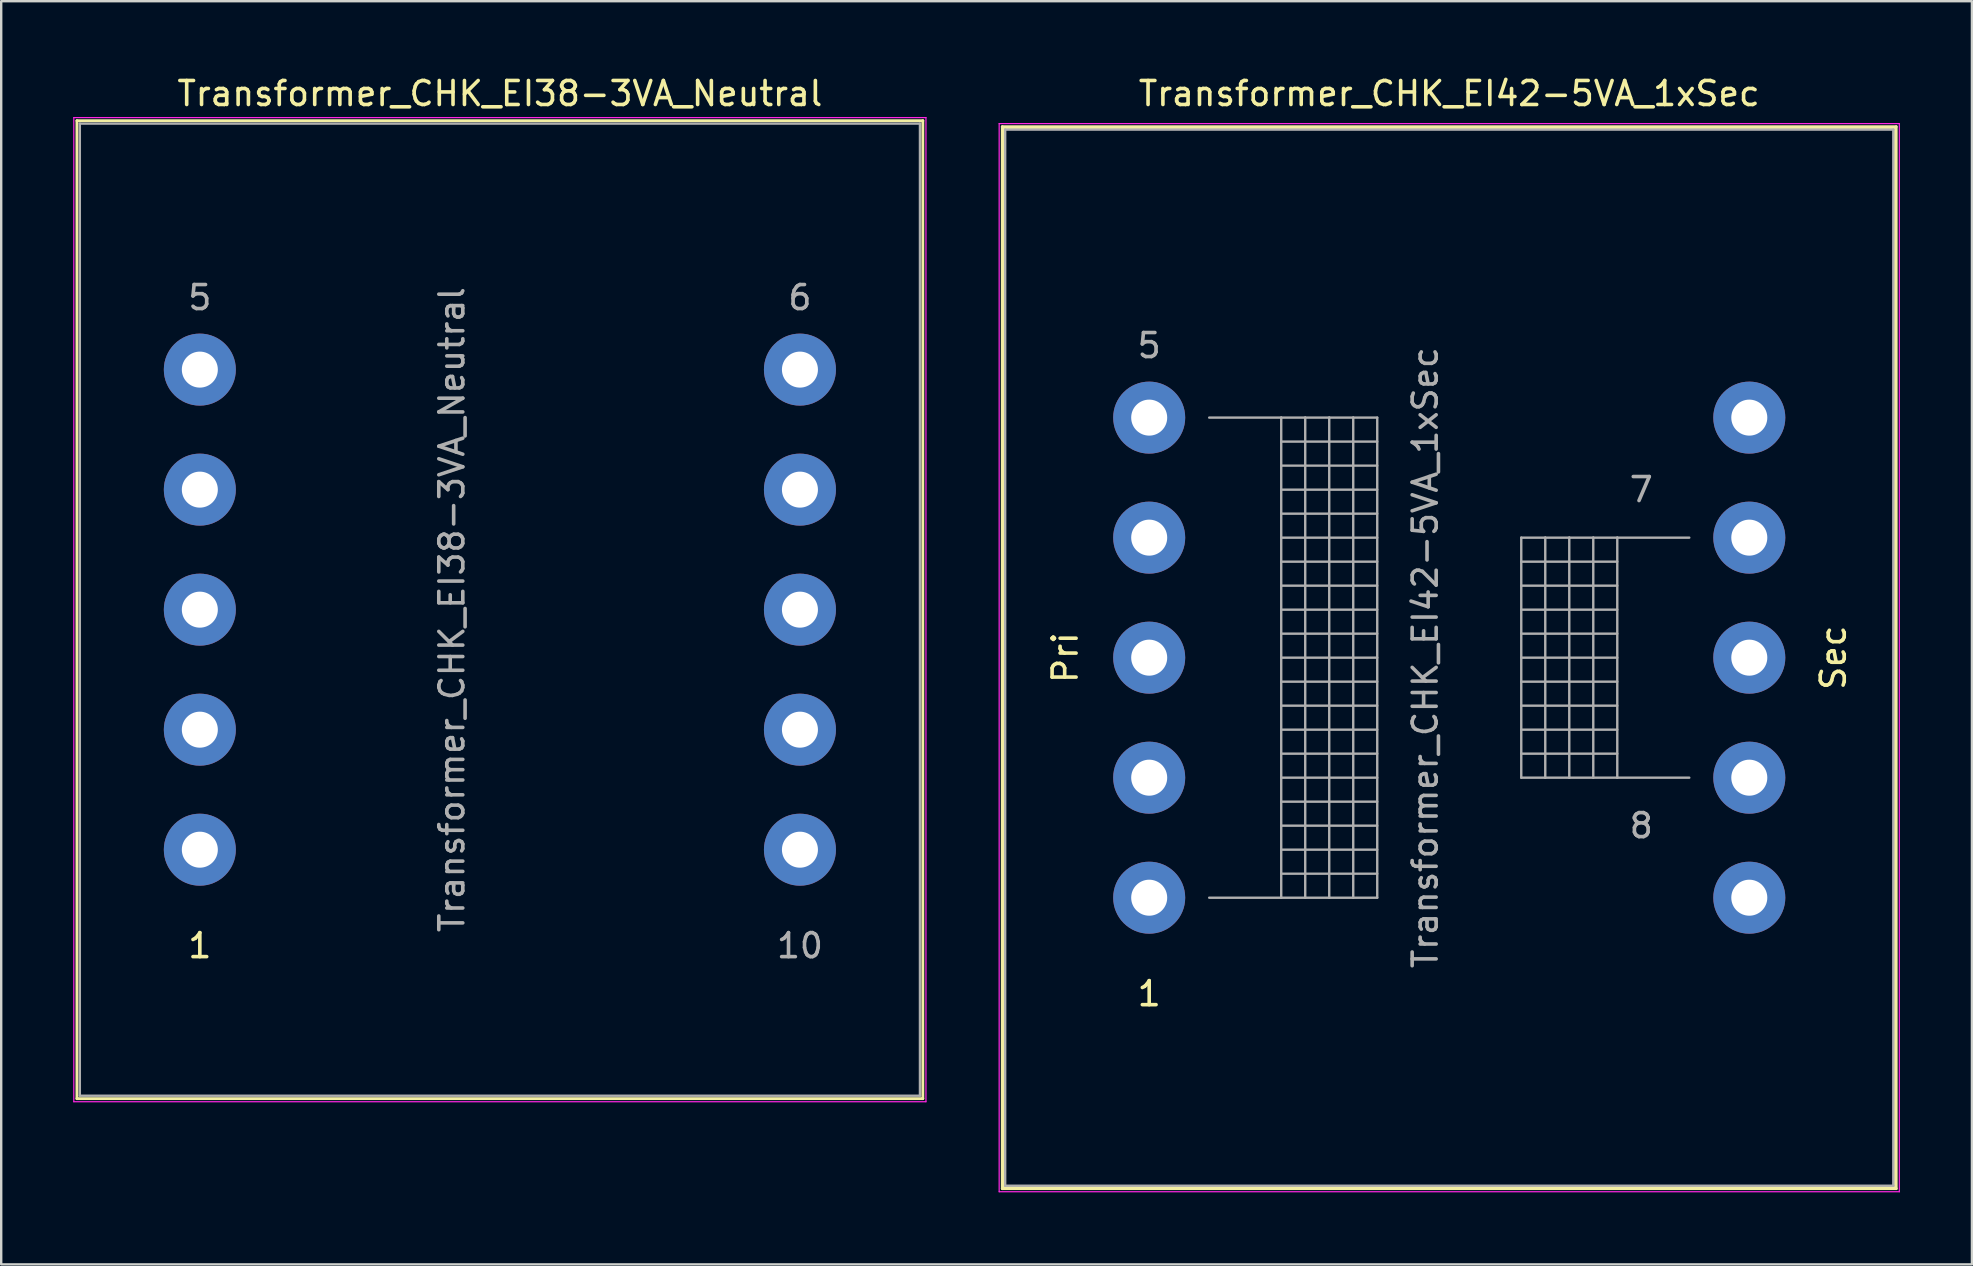
<source format=kicad_pcb>
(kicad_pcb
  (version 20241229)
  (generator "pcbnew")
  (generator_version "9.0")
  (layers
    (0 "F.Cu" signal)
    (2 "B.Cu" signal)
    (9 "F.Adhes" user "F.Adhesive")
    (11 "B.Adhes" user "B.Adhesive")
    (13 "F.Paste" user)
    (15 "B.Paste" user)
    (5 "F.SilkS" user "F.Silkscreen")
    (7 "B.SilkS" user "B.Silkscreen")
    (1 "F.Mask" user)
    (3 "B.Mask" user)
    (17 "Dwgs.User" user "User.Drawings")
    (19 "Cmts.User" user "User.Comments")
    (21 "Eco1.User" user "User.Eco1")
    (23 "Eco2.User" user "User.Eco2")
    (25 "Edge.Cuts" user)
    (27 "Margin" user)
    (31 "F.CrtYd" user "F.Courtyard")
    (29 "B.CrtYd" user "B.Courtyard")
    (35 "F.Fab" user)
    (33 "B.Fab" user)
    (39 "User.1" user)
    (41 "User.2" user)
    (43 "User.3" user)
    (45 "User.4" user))
  (footprint "Transformer_CHK_EI42-5VA_1xSec"
    (layer "F.Cu")
    (at 44.825 34.348)
    (property "Reference" "Transformer_CHK_EI42-5VA_1xSec" (at 12.5 -33.5 0) (layer "F.SilkS") (effects (font (size 1 1) (thickness 0.15))))
    (attr through_hole)
    (fp_line (start -6.12 -32.12) (end -6.12 12.12) (stroke (width 0.12) (type solid)) (layer "F.SilkS"))
    (fp_line (start -6.12 -32.12) (end 31.12 -32.12) (stroke (width 0.12) (type solid)) (layer "F.SilkS"))
    (fp_line (start -6.05 -32.05) (end 31.05 -32.05) (stroke (width 0.12) (type solid)) (layer "F.SilkS"))
    (fp_line (start -6.05 12.05) (end -6.05 -32.05) (stroke (width 0.12) (type solid)) (layer "F.SilkS"))
    (fp_line (start 31.05 -32.05) (end 31.05 12.05) (stroke (width 0.12) (type solid)) (layer "F.SilkS"))
    (fp_line (start 31.05 12.05) (end -6.05 12.05) (stroke (width 0.12) (type solid)) (layer "F.SilkS"))
    (fp_line (start 31.12 12.12) (end -6.12 12.12) (stroke (width 0.12) (type solid)) (layer "F.SilkS"))
    (fp_line (start 31.12 12.12) (end 31.12 -32.12) (stroke (width 0.12) (type solid)) (layer "F.SilkS"))
    (fp_line (start -6.25 -32.25) (end -6.25 12.25) (stroke (width 0.05) (type solid)) (layer "F.CrtYd"))
    (fp_line (start -6.25 -32.25) (end 31.25 -32.25) (stroke (width 0.05) (type solid)) (layer "F.CrtYd"))
    (fp_line (start 31.25 12.25) (end -6.25 12.25) (stroke (width 0.05) (type solid)) (layer "F.CrtYd"))
    (fp_line (start 31.25 12.25) (end 31.25 -32.25) (stroke (width 0.05) (type solid)) (layer "F.CrtYd"))
    (fp_line (start -6 -32) (end -6 12) (stroke (width 0.1) (type solid)) (layer "F.Fab"))
    (fp_line (start -6 12) (end 31 12) (stroke (width 0.1) (type solid)) (layer "F.Fab"))
    (fp_line (start 2.5 -20) (end 5.5 -20) (stroke (width 0.1) (type solid)) (layer "F.Fab"))
    (fp_line (start 5.5 -20) (end 5.5 0) (stroke (width 0.1) (type solid)) (layer "F.Fab"))
    (fp_line (start 5.5 -20) (end 6.5 -20) (stroke (width 0.1) (type solid)) (layer "F.Fab"))
    (fp_line (start 5.5 -19) (end 9.5 -19) (stroke (width 0.1) (type solid)) (layer "F.Fab"))
    (fp_line (start 5.5 -18) (end 9.5 -18) (stroke (width 0.1) (type solid)) (layer "F.Fab"))
    (fp_line (start 5.5 -17) (end 9.5 -17) (stroke (width 0.1) (type solid)) (layer "F.Fab"))
    (fp_line (start 5.5 -16) (end 9.5 -16) (stroke (width 0.1) (type solid)) (layer "F.Fab"))
    (fp_line (start 5.5 -15) (end 9.5 -15) (stroke (width 0.1) (type solid)) (layer "F.Fab"))
    (fp_line (start 5.5 -14) (end 9.5 -14) (stroke (width 0.1) (type solid)) (layer "F.Fab"))
    (fp_line (start 5.5 -13) (end 9.5 -13) (stroke (width 0.1) (type solid)) (layer "F.Fab"))
    (fp_line (start 5.5 -12) (end 9.5 -12) (stroke (width 0.1) (type solid)) (layer "F.Fab"))
    (fp_line (start 5.5 -11) (end 9.5 -11) (stroke (width 0.1) (type solid)) (layer "F.Fab"))
    (fp_line (start 5.5 -10) (end 9.5 -10) (stroke (width 0.1) (type solid)) (layer "F.Fab"))
    (fp_line (start 5.5 -9) (end 9.5 -9) (stroke (width 0.1) (type solid)) (layer "F.Fab"))
    (fp_line (start 5.5 -8) (end 9.5 -8) (stroke (width 0.1) (type solid)) (layer "F.Fab"))
    (fp_line (start 5.5 -7) (end 9.5 -7) (stroke (width 0.1) (type solid)) (layer "F.Fab"))
    (fp_line (start 5.5 -6) (end 9.5 -6) (stroke (width 0.1) (type solid)) (layer "F.Fab"))
    (fp_line (start 5.5 -5) (end 9.5 -5) (stroke (width 0.1) (type solid)) (layer "F.Fab"))
    (fp_line (start 5.5 -4) (end 9.5 -4) (stroke (width 0.1) (type solid)) (layer "F.Fab"))
    (fp_line (start 5.5 -3) (end 9.5 -3) (stroke (width 0.1) (type solid)) (layer "F.Fab"))
    (fp_line (start 5.5 -2) (end 9.5 -2) (stroke (width 0.1) (type solid)) (layer "F.Fab"))
    (fp_line (start 5.5 -1) (end 9.5 -1) (stroke (width 0.1) (type solid)) (layer "F.Fab"))
    (fp_line (start 5.5 0) (end 2.5 0) (stroke (width 0.1) (type solid)) (layer "F.Fab"))
    (fp_line (start 6.5 -20) (end 6.5 0) (stroke (width 0.1) (type solid)) (layer "F.Fab"))
    (fp_line (start 6.5 -20) (end 7.5 -20) (stroke (width 0.1) (type solid)) (layer "F.Fab"))
    (fp_line (start 6.5 0) (end 5.5 0) (stroke (width 0.1) (type solid)) (layer "F.Fab"))
    (fp_line (start 7.5 -20) (end 7.5 0) (stroke (width 0.1) (type solid)) (layer "F.Fab"))
    (fp_line (start 7.5 -20) (end 8.5 -20) (stroke (width 0.1) (type solid)) (layer "F.Fab"))
    (fp_line (start 7.5 0) (end 6.5 0) (stroke (width 0.1) (type solid)) (layer "F.Fab"))
    (fp_line (start 8.5 -20) (end 8.5 0) (stroke (width 0.1) (type solid)) (layer "F.Fab"))
    (fp_line (start 8.5 -20) (end 9.5 -20) (stroke (width 0.1) (type solid)) (layer "F.Fab"))
    (fp_line (start 8.5 0) (end 7.5 0) (stroke (width 0.1) (type solid)) (layer "F.Fab"))
    (fp_line (start 9.5 -20) (end 9.5 0) (stroke (width 0.1) (type solid)) (layer "F.Fab"))
    (fp_line (start 9.5 0) (end 8.5 0) (stroke (width 0.1) (type solid)) (layer "F.Fab"))
    (fp_line (start 15.5 -15) (end 15.5 -5) (stroke (width 0.1) (type solid)) (layer "F.Fab"))
    (fp_line (start 15.5 -14) (end 19.5 -14) (stroke (width 0.1) (type solid)) (layer "F.Fab"))
    (fp_line (start 15.5 -12) (end 19.5 -12) (stroke (width 0.1) (type solid)) (layer "F.Fab"))
    (fp_line (start 15.5 -10) (end 19.5 -10) (stroke (width 0.1) (type solid)) (layer "F.Fab"))
    (fp_line (start 15.5 -8) (end 19.5 -8) (stroke (width 0.1) (type solid)) (layer "F.Fab"))
    (fp_line (start 15.5 -6) (end 19.5 -6) (stroke (width 0.1) (type solid)) (layer "F.Fab"))
    (fp_line (start 15.5 -5) (end 16.5 -5) (stroke (width 0.1) (type solid)) (layer "F.Fab"))
    (fp_line (start 16.5 -15) (end 15.5 -15) (stroke (width 0.1) (type solid)) (layer "F.Fab"))
    (fp_line (start 16.5 -15) (end 16.5 -5) (stroke (width 0.1) (type solid)) (layer "F.Fab"))
    (fp_line (start 16.5 -5) (end 17.5 -5) (stroke (width 0.1) (type solid)) (layer "F.Fab"))
    (fp_line (start 17.5 -15) (end 16.5 -15) (stroke (width 0.1) (type solid)) (layer "F.Fab"))
    (fp_line (start 17.5 -15) (end 17.5 -5) (stroke (width 0.1) (type solid)) (layer "F.Fab"))
    (fp_line (start 17.5 -5) (end 18.5 -5) (stroke (width 0.1) (type solid)) (layer "F.Fab"))
    (fp_line (start 18.5 -15) (end 17.5 -15) (stroke (width 0.1) (type solid)) (layer "F.Fab"))
    (fp_line (start 18.5 -15) (end 18.5 -5) (stroke (width 0.1) (type solid)) (layer "F.Fab"))
    (fp_line (start 18.5 -5) (end 19.5 -5) (stroke (width 0.1) (type solid)) (layer "F.Fab"))
    (fp_line (start 19.5 -15) (end 18.5 -15) (stroke (width 0.1) (type solid)) (layer "F.Fab"))
    (fp_line (start 19.5 -15) (end 19.5 -5) (stroke (width 0.1) (type solid)) (layer "F.Fab"))
    (fp_line (start 19.5 -13) (end 15.5 -13) (stroke (width 0.1) (type solid)) (layer "F.Fab"))
    (fp_line (start 19.5 -11) (end 15.5 -11) (stroke (width 0.1) (type solid)) (layer "F.Fab"))
    (fp_line (start 19.5 -9) (end 15.5 -9) (stroke (width 0.1) (type solid)) (layer "F.Fab"))
    (fp_line (start 19.5 -7) (end 15.5 -7) (stroke (width 0.1) (type solid)) (layer "F.Fab"))
    (fp_line (start 19.5 -5) (end 22.5 -5) (stroke (width 0.1) (type solid)) (layer "F.Fab"))
    (fp_line (start 22.5 -15) (end 19.5 -15) (stroke (width 0.1) (type solid)) (layer "F.Fab"))
    (fp_line (start 31 -32) (end -6 -32) (stroke (width 0.1) (type solid)) (layer "F.Fab"))
    (fp_line (start 31 12) (end 31 -32) (stroke (width 0.1) (type solid)) (layer "F.Fab"))
    (fp_text user "Pri" (at -3.5 -10 90) (layer "F.SilkS") (effects (font (size 1 1) (thickness 0.15))))
    (fp_text user "1" (at 0 4 0) (layer "F.SilkS") (effects (font (size 1 1) (thickness 0.15))))
    (fp_text user "Sec" (at 28.5 -10 90) (layer "F.SilkS") (effects (font (size 1 1) (thickness 0.15))))
    (fp_text user "${REFERENCE}" (at 11.5 -10 90) (layer "F.Fab") (effects (font (size 1 1) (thickness 0.15))))
    (fp_text user "5" (at 0 -23 0) (layer "F.Fab") (effects (font (size 1 1) (thickness 0.15))))
    (fp_text user "8" (at 20.5 -3 0) (layer "F.Fab") (effects (font (size 1 1) (thickness 0.15))))
    (fp_text user "7" (at 20.5 -17 0) (layer "F.Fab") (effects (font (size 1 1) (thickness 0.15))))
    (pad "1" thru_hole circle (at 0 0) (size 3 3) (drill 1.5) (layers "*.Cu" "*.Mask"))
    (pad "2" thru_hole circle (at 0 -5) (size 3 3) (drill 1.5) (layers "*.Cu" "*.Mask"))
    (pad "3" thru_hole circle (at 0 -10) (size 3 3) (drill 1.5) (layers "*.Cu" "*.Mask"))
    (pad "4" thru_hole circle (at 0 -15) (size 3 3) (drill 1.5) (layers "*.Cu" "*.Mask"))
    (pad "5" thru_hole circle (at 0 -20) (size 3 3) (drill 1.5) (layers "*.Cu" "*.Mask"))
    (pad "6" thru_hole circle (at 25 -20) (size 3 3) (drill 1.5) (layers "*.Cu" "*.Mask"))
    (pad "7" thru_hole circle (at 25 -15) (size 3 3) (drill 1.5) (layers "*.Cu" "*.Mask"))
    (pad "8" thru_hole circle (at 25 -10) (size 3 3) (drill 1.5) (layers "*.Cu" "*.Mask"))
    (pad "9" thru_hole circle (at 25 -5) (size 3 3) (drill 1.5) (layers "*.Cu" "*.Mask"))
    (pad "10" thru_hole circle (at 25 0) (size 3 3) (drill 1.5) (layers "*.Cu" "*.Mask")))
  (footprint "Transformer_CHK_EI38-3VA_Neutral"
    (layer "F.Cu")
    (at 5.275 32.348)
    (property "Reference" "Transformer_CHK_EI38-3VA_Neutral" (at 12.5 -31.5 0) (layer "F.SilkS") (effects (font (size 1 1) (thickness 0.15))))
    (attr through_hole)
    (fp_line (start -5.12 -30.37) (end -5.12 10.37) (stroke (width 0.12) (type solid)) (layer "F.SilkS"))
    (fp_line (start -5.12 -30.37) (end 30.12 -30.37) (stroke (width 0.12) (type solid)) (layer "F.SilkS"))
    (fp_line (start 30.12 10.37) (end -5.12 10.37) (stroke (width 0.12) (type solid)) (layer "F.SilkS"))
    (fp_line (start 30.12 10.37) (end 30.12 -30.37) (stroke (width 0.12) (type solid)) (layer "F.SilkS"))
    (fp_line (start -5.25 -30.5) (end -5.25 10.5) (stroke (width 0.05) (type solid)) (layer "F.CrtYd"))
    (fp_line (start -5.25 -30.5) (end 30.25 -30.5) (stroke (width 0.05) (type solid)) (layer "F.CrtYd"))
    (fp_line (start 30.25 10.5) (end -5.25 10.5) (stroke (width 0.05) (type solid)) (layer "F.CrtYd"))
    (fp_line (start 30.25 10.5) (end 30.25 -30.5) (stroke (width 0.05) (type solid)) (layer "F.CrtYd"))
    (fp_line (start -5 -30.25) (end -5 10.25) (stroke (width 0.1) (type solid)) (layer "F.Fab"))
    (fp_line (start -5 10.25) (end 30 10.25) (stroke (width 0.1) (type solid)) (layer "F.Fab"))
    (fp_line (start 30 -30.25) (end -5 -30.25) (stroke (width 0.1) (type solid)) (layer "F.Fab"))
    (fp_line (start 30 10.25) (end 30 -30.25) (stroke (width 0.1) (type solid)) (layer "F.Fab"))
    (fp_text user "1" (at 0 4 0) (layer "F.SilkS") (effects (font (size 1 1) (thickness 0.15))))
    (fp_text user "10" (at 25 4 0) (layer "F.Fab") (effects (font (size 1 1) (thickness 0.15))))
    (fp_text user "6" (at 25 -23 0) (layer "F.Fab") (effects (font (size 1 1) (thickness 0.15))))
    (fp_text user "${REFERENCE}" (at 10.5 -10 90) (layer "F.Fab") (effects (font (size 1 1) (thickness 0.15))))
    (fp_text user "5" (at 0 -23 0) (layer "F.Fab") (effects (font (size 1 1) (thickness 0.15))))
    (pad "1" thru_hole circle (at 0 0) (size 3 3) (drill 1.5) (layers "*.Cu" "*.Mask"))
    (pad "2" thru_hole circle (at 0 -5) (size 3 3) (drill 1.5) (layers "*.Cu" "*.Mask"))
    (pad "3" thru_hole circle (at 0 -10) (size 3 3) (drill 1.5) (layers "*.Cu" "*.Mask"))
    (pad "4" thru_hole circle (at 0 -15) (size 3 3) (drill 1.5) (layers "*.Cu" "*.Mask"))
    (pad "5" thru_hole circle (at 0 -20) (size 3 3) (drill 1.5) (layers "*.Cu" "*.Mask"))
    (pad "6" thru_hole circle (at 25 -20) (size 3 3) (drill 1.5) (layers "*.Cu" "*.Mask"))
    (pad "7" thru_hole circle (at 25 -15) (size 3 3) (drill 1.5) (layers "*.Cu" "*.Mask"))
    (pad "8" thru_hole circle (at 25 -10) (size 3 3) (drill 1.5) (layers "*.Cu" "*.Mask"))
    (pad "9" thru_hole circle (at 25 -5) (size 3 3) (drill 1.5) (layers "*.Cu" "*.Mask"))
    (pad "10" thru_hole circle (at 25 0) (size 3 3) (drill 1.5) (layers "*.Cu" "*.Mask")))
  (gr_rect
    (start -3 -3)
    (end 79.1 49.623)
    (stroke (width 0.1) (type default))
    (fill no)
    (layer "Edge.Cuts")))
</source>
